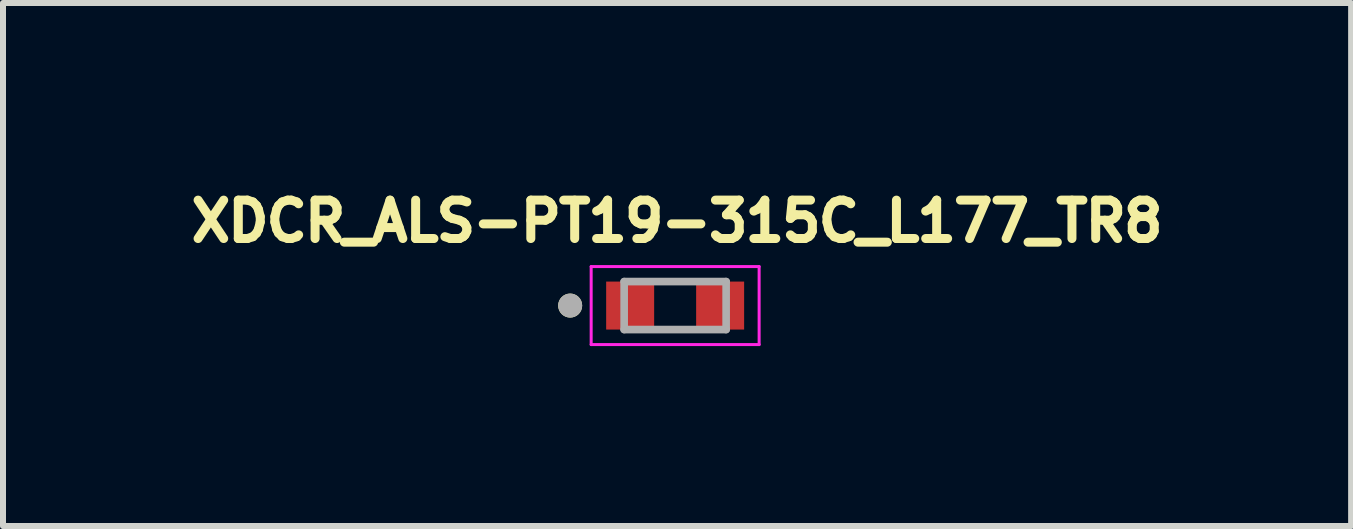
<source format=kicad_pcb>
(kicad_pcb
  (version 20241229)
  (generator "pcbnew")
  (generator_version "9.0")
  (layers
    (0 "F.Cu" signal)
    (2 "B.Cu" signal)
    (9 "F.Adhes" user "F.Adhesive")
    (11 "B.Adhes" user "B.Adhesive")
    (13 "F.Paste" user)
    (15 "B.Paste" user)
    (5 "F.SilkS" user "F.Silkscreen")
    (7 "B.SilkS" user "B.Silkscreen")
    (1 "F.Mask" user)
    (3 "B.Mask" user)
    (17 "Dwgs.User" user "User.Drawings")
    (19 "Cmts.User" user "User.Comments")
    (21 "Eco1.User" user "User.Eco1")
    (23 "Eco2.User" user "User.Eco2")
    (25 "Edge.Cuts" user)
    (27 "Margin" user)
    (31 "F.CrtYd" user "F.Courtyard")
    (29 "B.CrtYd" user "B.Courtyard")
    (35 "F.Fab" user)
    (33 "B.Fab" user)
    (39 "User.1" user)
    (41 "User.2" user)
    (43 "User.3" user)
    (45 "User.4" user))
  (footprint "XDCR_ALS-PT19-315C_L177_TR8"
    (layer "F.Cu")
    (at 8.205 2.044)
    (property "Reference" "XDCR_ALS-PT19-315C_L177_TR8" (at 0.032 -1.406 0) (layer "F.SilkS") (effects (font (size 0.64 0.64) (thickness 0.15))))
    (attr smd)
    (fp_circle (center -1.75 0) (end -1.65 0) (stroke (width 0.2) (type solid)) (fill no) (layer "F.SilkS"))
    (fp_line (start -1.4 -0.65) (end -1.4 0.65) (stroke (width 0.05) (type solid)) (layer "F.CrtYd"))
    (fp_line (start -1.4 0.65) (end 1.4 0.65) (stroke (width 0.05) (type solid)) (layer "F.CrtYd"))
    (fp_line (start 1.4 -0.65) (end -1.4 -0.65) (stroke (width 0.05) (type solid)) (layer "F.CrtYd"))
    (fp_line (start 1.4 0.65) (end 1.4 -0.65) (stroke (width 0.05) (type solid)) (layer "F.CrtYd"))
    (fp_line (start -0.85 -0.4) (end -0.85 0.4) (stroke (width 0.127) (type solid)) (layer "F.Fab"))
    (fp_line (start -0.85 0.4) (end 0.85 0.4) (stroke (width 0.127) (type solid)) (layer "F.Fab"))
    (fp_line (start 0.85 -0.4) (end -0.85 -0.4) (stroke (width 0.127) (type solid)) (layer "F.Fab"))
    (fp_line (start 0.85 0.4) (end 0.85 -0.4) (stroke (width 0.127) (type solid)) (layer "F.Fab"))
    (fp_circle (center -1.75 0) (end -1.65 0) (stroke (width 0.2) (type solid)) (fill no) (layer "F.Fab"))
    (pad "1" smd rect (at -0.75 0) (size 0.8 0.8) (layers "F.Cu" "F.Mask" "F.Paste"))
    (pad "2" smd rect (at 0.75 0) (size 0.8 0.8) (layers "F.Cu" "F.Mask" "F.Paste")))
  (gr_rect
    (start -3 -3)
    (end 19.474 5.719)
    (stroke (width 0.1) (type default))
    (fill no)
    (layer "Edge.Cuts")))
</source>
